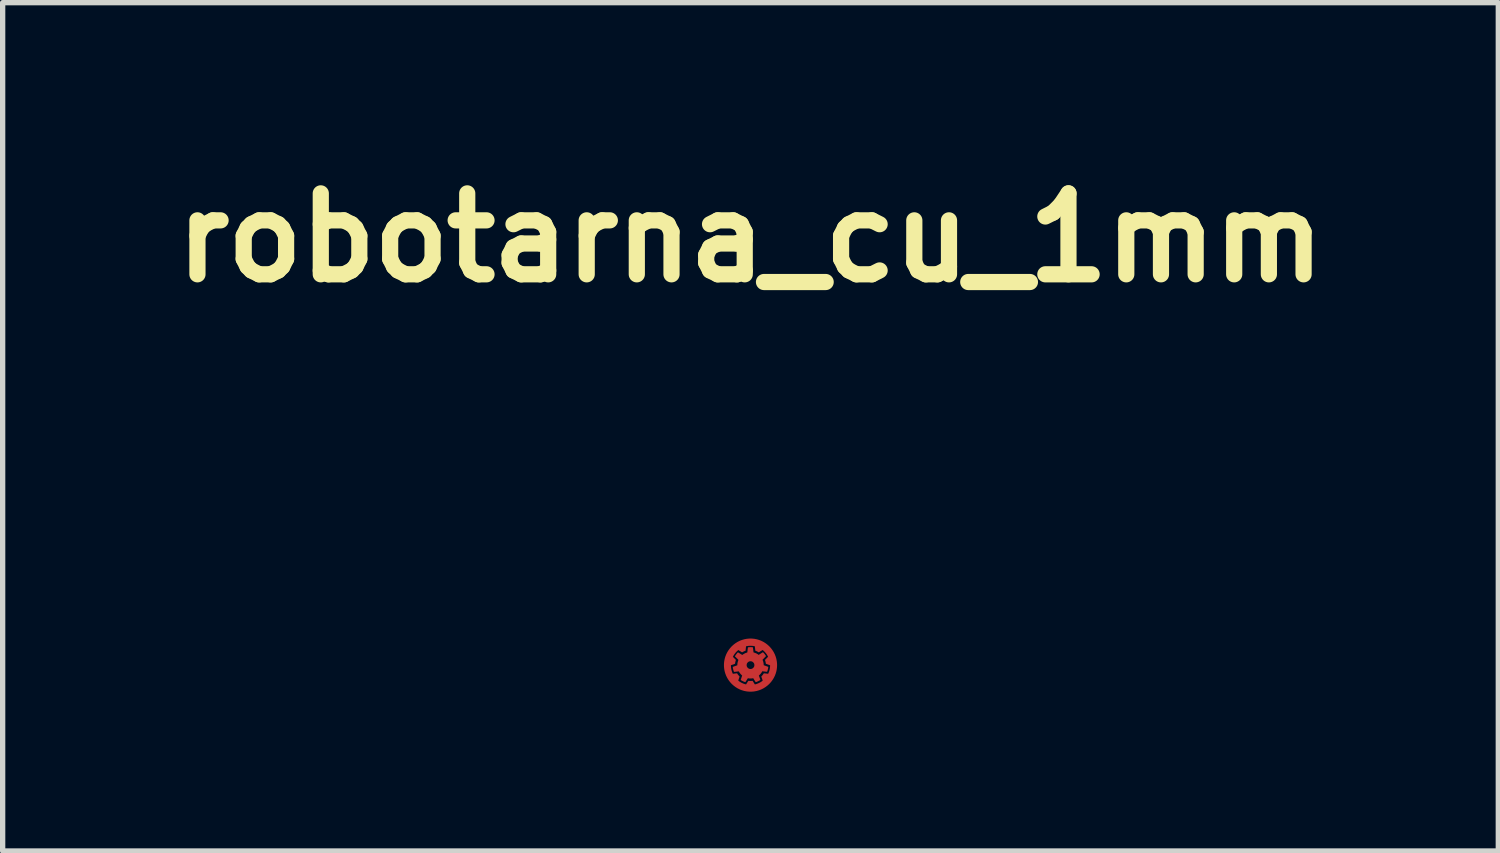
<source format=kicad_pcb>
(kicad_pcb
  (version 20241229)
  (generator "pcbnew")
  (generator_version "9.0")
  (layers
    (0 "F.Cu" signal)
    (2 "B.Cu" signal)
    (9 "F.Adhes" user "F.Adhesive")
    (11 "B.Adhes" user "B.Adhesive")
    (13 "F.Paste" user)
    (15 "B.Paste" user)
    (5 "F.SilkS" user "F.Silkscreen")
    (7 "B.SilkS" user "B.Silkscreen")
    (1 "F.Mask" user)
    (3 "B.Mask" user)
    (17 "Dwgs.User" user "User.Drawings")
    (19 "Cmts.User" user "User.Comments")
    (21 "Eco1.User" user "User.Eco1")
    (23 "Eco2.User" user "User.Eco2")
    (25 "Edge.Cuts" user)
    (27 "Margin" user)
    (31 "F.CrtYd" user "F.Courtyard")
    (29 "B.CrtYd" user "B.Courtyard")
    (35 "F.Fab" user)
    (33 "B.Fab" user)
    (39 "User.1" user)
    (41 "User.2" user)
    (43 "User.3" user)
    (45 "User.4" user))
  (footprint "robotarna_cu_1mm"
    (layer "F.Cu")
    (at 11.082 9.474)
    (property "Reference" "robotarna_cu_1mm" (at 0 -8.048 0) (layer "F.SilkS") (effects (font (size 1.524 1.524) (thickness 0.305))))
    (attr smd)
    (fp_poly (pts (xy -0.000001 0.073) (xy -0.331 0.061) (xy -0.33 0.067) (xy -0.328 0.072) (xy -0.327 0.077) (xy -0.326 0.082) (xy -0.325 0.088) (xy -0.323 0.093) (xy -0.322 0.098) (xy -0.32 0.103) (xy -0.318 0.108) (xy -0.317 0.113) (xy -0.315 0.118) (xy -0.313 0.123) (xy -0.311 0.128) (xy -0.22 0.118) (xy -0.218 0.122) (xy -0.215 0.127) (xy -0.213 0.132) (xy -0.21 0.136) (xy -0.207 0.141) (xy -0.204 0.145) (xy -0.201 0.15) (xy -0.197 0.154) (xy -0.194 0.158) (xy -0.191 0.162) (xy -0.187 0.166) (xy -0.184 0.17) (xy -0.18 0.174) (xy -0.176 0.178) (xy -0.173 0.182) (xy -0.169 0.185) (xy -0.165 0.189) (xy -0.161 0.193) (xy -0.157 0.196) (xy -0.185 0.28) (xy -0.181 0.283) (xy -0.176 0.286) (xy -0.171 0.288) (xy -0.167 0.291) (xy -0.162 0.294) (xy -0.157 0.296) (xy -0.152 0.299) (xy -0.148 0.301) (xy -0.143 0.303) (xy -0.138 0.306) (xy -0.133 0.308) (xy -0.128 0.31) (xy -0.123 0.312) (xy -0.118 0.314) (xy -0.113 0.316) (xy -0.107 0.318) (xy -0.102 0.319) (xy -0.097 0.321) (xy -0.05 0.247) (xy -0.045 0.248) (xy -0.039 0.249) (xy -0.034 0.249) (xy -0.028 0.25) (xy -0.023 0.251) (xy -0.017 0.251) (xy -0.012 0.251) (xy -0.006 0.252) (xy -0.000186 0.252) (xy 0.005 0.252) (xy 0.01 0.251) (xy 0.015 0.251) (xy 0.02 0.251) (xy 0.026 0.25) (xy 0.031 0.25) (xy 0.036 0.249) (xy 0.041 0.248) (xy 0.046 0.247) (xy 0.051 0.247) (xy 0.098 0.321) (xy 0.103 0.319) (xy 0.109 0.317) (xy 0.114 0.316) (xy 0.119 0.314) (xy 0.124 0.312) (xy 0.129 0.31) (xy 0.134 0.308) (xy 0.139 0.305) (xy 0.144 0.303) (xy 0.149 0.301) (xy 0.153 0.298) (xy 0.158 0.296) (xy 0.163 0.293) (xy 0.168 0.291) (xy 0.172 0.288) (xy 0.177 0.285) (xy 0.181 0.282) (xy 0.186 0.279) (xy 0.157 0.196) (xy 0.161 0.192) (xy 0.165 0.189) (xy 0.169 0.185) (xy 0.173 0.182) (xy 0.177 0.178) (xy 0.181 0.174) (xy 0.184 0.17) (xy 0.188 0.166) (xy 0.192 0.162) (xy 0.195 0.157) (xy 0.198 0.153) (xy 0.201 0.149) (xy 0.205 0.144) (xy 0.208 0.14) (xy 0.211 0.135) (xy 0.213 0.131) (xy 0.216 0.126) (xy 0.219 0.121) (xy 0.221 0.116) (xy 0.312 0.126) (xy 0.314 0.121) (xy 0.316 0.116) (xy 0.318 0.111) (xy 0.319 0.106) (xy 0.321 0.101) (xy 0.322 0.096) (xy 0.324 0.091) (xy 0.325 0.086) (xy 0.327 0.08) (xy 0.328 0.075) (xy 0.329 0.07) (xy 0.33 0.065) (xy 0.331 0.059) (xy 0.332 0.054) (xy 0.333 0.049) (xy 0.334 0.043) (xy 0.334 0.038) (xy 0.335 0.033) (xy 0.249 0.002) (xy 0.248 -0.004) (xy 0.248 -0.009) (xy 0.248 -0.015) (xy 0.247 -0.021) (xy 0.247 -0.026) (xy 0.246 -0.032) (xy 0.245 -0.038) (xy 0.244 -0.043) (xy 0.243 -0.049) (xy 0.242 -0.054) (xy 0.241 -0.059) (xy 0.239 -0.065) (xy 0.238 -0.07) (xy 0.236 -0.075) (xy 0.234 -0.081) (xy 0.232 -0.086) (xy 0.23 -0.091) (xy 0.228 -0.096) (xy 0.226 -0.101) (xy 0.292 -0.169) (xy 0.29 -0.173) (xy 0.287 -0.178) (xy 0.284 -0.183) (xy 0.281 -0.188) (xy 0.277 -0.192) (xy 0.274 -0.197) (xy 0.271 -0.201) (xy 0.268 -0.206) (xy 0.264 -0.21) (xy 0.261 -0.214) (xy 0.257 -0.219) (xy 0.254 -0.223) (xy 0.25 -0.227) (xy 0.246 -0.231) (xy 0.242 -0.235) (xy 0.238 -0.239) (xy 0.234 -0.243) (xy 0.153 -0.192) (xy 0.149 -0.195) (xy 0.145 -0.199) (xy 0.141 -0.202) (xy 0.136 -0.205) (xy 0.132 -0.208) (xy 0.127 -0.21) (xy 0.122 -0.213) (xy 0.118 -0.216) (xy 0.113 -0.218) (xy 0.108 -0.221) (xy 0.103 -0.223) (xy 0.098 -0.225) (xy 0.093 -0.227) (xy 0.088 -0.229) (xy 0.083 -0.231) (xy 0.078 -0.233) (xy 0.073 -0.234) (xy 0.067 -0.236) (xy 0.062 -0.237) (xy 0.057 -0.239) (xy 0.045 -0.335) (xy 0.04 -0.336) (xy 0.034 -0.336) (xy 0.029 -0.337) (xy 0.023 -0.337) (xy 0.017 -0.338) (xy 0.012 -0.338) (xy 0.006 -0.338) (xy 0.001 -0.338) (xy -0.005 -0.338) (xy -0.011 -0.338) (xy -0.016 -0.338) (xy -0.022 -0.337) (xy -0.027 -0.337) (xy -0.033 -0.336) (xy -0.038 -0.336) (xy -0.043 -0.335) (xy -0.049 -0.334) (xy -0.06 -0.238) (xy -0.065 -0.237) (xy -0.07 -0.235) (xy -0.075 -0.233) (xy -0.081 -0.232) (xy -0.086 -0.23) (xy -0.091 -0.228) (xy -0.096 -0.226) (xy -0.101 -0.224) (xy -0.106 -0.222) (xy -0.11 -0.219) (xy -0.115 -0.217) (xy -0.12 -0.214) (xy -0.125 -0.212) (xy -0.129 -0.209) (xy -0.134 -0.206) (xy -0.138 -0.203) (xy -0.142 -0.2) (xy -0.147 -0.197) (xy -0.151 -0.194) (xy -0.155 -0.191) (xy -0.237 -0.241) (xy -0.24 -0.237) (xy -0.244 -0.233) (xy -0.248 -0.229) (xy -0.252 -0.225) (xy -0.255 -0.22) (xy -0.259 -0.216) (xy -0.263 -0.212) (xy -0.266 -0.207) (xy -0.269 -0.203) (xy -0.273 -0.198) (xy -0.276 -0.194) (xy -0.279 -0.189) (xy -0.282 -0.185) (xy -0.285 -0.18) (xy -0.288 -0.175) (xy -0.291 -0.17) (xy -0.294 -0.165) (xy -0.227 -0.098) (xy -0.229 -0.093) (xy -0.231 -0.088) (xy -0.233 -0.083) (xy -0.235 -0.078) (xy -0.236 -0.073) (xy -0.238 -0.068) (xy -0.239 -0.063) (xy -0.241 -0.057) (xy -0.242 -0.052) (xy -0.243 -0.047) (xy -0.244 -0.041) (xy -0.245 -0.036) (xy -0.246 -0.031) (xy -0.247 -0.025) (xy -0.247 -0.02) (xy -0.248 -0.014) (xy -0.248 -0.008) (xy -0.248 -0.003) (xy -0.248 0.003) (xy -0.248 0.003) (xy -0.335 0.034) (xy -0.334 0.04) (xy -0.333 0.045) (xy -0.332 0.051) (xy -0.332 0.056) (xy -0.331 0.061) (xy -0.000001 0.073) (xy -0.005 0.073) (xy -0.01 0.072) (xy -0.015 0.071) (xy -0.02 0.07) (xy -0.025 0.069) (xy -0.03 0.067) (xy -0.034 0.065) (xy -0.038 0.062) (xy -0.042 0.059) (xy -0.046 0.056) (xy -0.05 0.053) (xy -0.053 0.05) (xy -0.056 0.046) (xy -0.059 0.042) (xy -0.062 0.038) (xy -0.065 0.034) (xy -0.067 0.03) (xy -0.069 0.025) (xy -0.07 0.02) (xy -0.071 0.015) (xy -0.072 0.01) (xy -0.073 0.005) (xy -0.073 0.000002) (xy -0.073 -0.005) (xy -0.072 -0.01) (xy -0.071 -0.015) (xy -0.07 -0.02) (xy -0.069 -0.025) (xy -0.067 -0.03) (xy -0.065 -0.034) (xy -0.062 -0.038) (xy -0.059 -0.042) (xy -0.056 -0.046) (xy -0.053 -0.05) (xy -0.05 -0.053) (xy -0.046 -0.056) (xy -0.042 -0.059) (xy -0.038 -0.062) (xy -0.034 -0.065) (xy -0.03 -0.067) (xy -0.025 -0.069) (xy -0.02 -0.07) (xy -0.015 -0.071) (xy -0.01 -0.072) (xy -0.005 -0.073) (xy -0.000001 -0.073) (xy 0.005 -0.073) (xy 0.01 -0.072) (xy 0.015 -0.071) (xy 0.02 -0.07) (xy 0.025 -0.069) (xy 0.03 -0.067) (xy 0.034 -0.065) (xy 0.038 -0.062) (xy 0.042 -0.059) (xy 0.046 -0.056) (xy 0.05 -0.053) (xy 0.053 -0.05) (xy 0.056 -0.046) (xy 0.059 -0.042) (xy 0.062 -0.038) (xy 0.065 -0.034) (xy 0.067 -0.03) (xy 0.069 -0.025) (xy 0.07 -0.02) (xy 0.071 -0.015) (xy 0.072 -0.01) (xy 0.073 -0.005) (xy 0.073 0.000002) (xy 0.073 0.005) (xy 0.072 0.01) (xy 0.071 0.015) (xy 0.07 0.02) (xy 0.069 0.025) (xy 0.067 0.03) (xy 0.065 0.034) (xy 0.062 0.038) (xy 0.059 0.042) (xy 0.056 0.046) (xy 0.053 0.05) (xy 0.05 0.053) (xy 0.046 0.056) (xy 0.042 0.059) (xy 0.038 0.062) (xy 0.034 0.065) (xy 0.03 0.067) (xy 0.025 0.069) (xy 0.02 0.07) (xy 0.015 0.071) (xy 0.01 0.072) (xy 0.005 0.073) (xy -0.000001 0.073)) (stroke (width 0) (type solid)) (fill yes) (layer "F.Cu"))
    (fp_poly (pts (xy 0.333 0.163) (xy 0.074 0.495) (xy 0.079 0.494) (xy 0.084 0.493) (xy 0.089 0.492) (xy 0.094 0.491) (xy 0.099 0.49) (xy 0.105 0.489) (xy 0.11 0.488) (xy 0.115 0.487) (xy 0.12 0.486) (xy 0.125 0.484) (xy 0.13 0.483) (xy 0.135 0.482) (xy 0.139 0.48) (xy 0.144 0.479) (xy 0.149 0.477) (xy 0.154 0.476) (xy 0.159 0.474) (xy 0.164 0.473) (xy 0.169 0.471) (xy 0.173 0.469) (xy 0.178 0.467) (xy 0.183 0.465) (xy 0.188 0.464) (xy 0.192 0.462) (xy 0.197 0.46) (xy 0.202 0.458) (xy 0.206 0.456) (xy 0.211 0.454) (xy 0.215 0.451) (xy 0.22 0.449) (xy 0.224 0.447) (xy 0.229 0.445) (xy 0.233 0.442) (xy 0.238 0.44) (xy 0.242 0.438) (xy 0.247 0.435) (xy 0.251 0.433) (xy 0.255 0.43) (xy 0.26 0.427) (xy 0.264 0.425) (xy 0.268 0.422) (xy 0.272 0.419) (xy 0.276 0.417) (xy 0.281 0.414) (xy 0.285 0.411) (xy 0.289 0.408) (xy 0.293 0.405) (xy 0.297 0.402) (xy 0.301 0.399) (xy 0.305 0.396) (xy 0.309 0.393) (xy 0.313 0.39) (xy 0.317 0.387) (xy 0.32 0.384) (xy 0.324 0.381) (xy 0.328 0.377) (xy 0.332 0.374) (xy 0.335 0.371) (xy 0.339 0.367) (xy 0.343 0.364) (xy 0.346 0.361) (xy 0.35 0.357) (xy 0.354 0.354) (xy 0.357 0.35) (xy 0.361 0.346) (xy 0.364 0.343) (xy 0.367 0.339) (xy 0.371 0.335) (xy 0.374 0.332) (xy 0.377 0.328) (xy 0.381 0.324) (xy 0.384 0.32) (xy 0.387 0.317) (xy 0.39 0.313) (xy 0.393 0.309) (xy 0.396 0.305) (xy 0.399 0.301) (xy 0.402 0.297) (xy 0.405 0.293) (xy 0.408 0.289) (xy 0.411 0.285) (xy 0.414 0.281) (xy 0.417 0.276) (xy 0.419 0.272) (xy 0.422 0.268) (xy 0.425 0.264) (xy 0.427 0.26) (xy 0.43 0.255) (xy 0.433 0.251) (xy 0.435 0.247) (xy 0.438 0.242) (xy 0.44 0.238) (xy 0.442 0.233) (xy 0.445 0.229) (xy 0.447 0.224) (xy 0.449 0.22) (xy 0.451 0.215) (xy 0.454 0.211) (xy 0.456 0.206) (xy 0.458 0.202) (xy 0.46 0.197) (xy 0.462 0.192) (xy 0.464 0.188) (xy 0.465 0.183) (xy 0.467 0.178) (xy 0.469 0.173) (xy 0.471 0.169) (xy 0.473 0.164) (xy 0.474 0.159) (xy 0.476 0.154) (xy 0.477 0.149) (xy 0.479 0.144) (xy 0.48 0.139) (xy 0.482 0.135) (xy 0.483 0.13) (xy 0.484 0.125) (xy 0.486 0.12) (xy 0.487 0.115) (xy 0.488 0.11) (xy 0.489 0.105) (xy 0.49 0.1) (xy 0.491 0.094) (xy 0.492 0.089) (xy 0.493 0.084) (xy 0.494 0.079) (xy 0.495 0.074) (xy 0.495 0.069) (xy 0.496 0.064) (xy 0.497 0.058) (xy 0.497 0.053) (xy 0.498 0.048) (xy 0.498 0.043) (xy 0.499 0.037) (xy 0.499 0.032) (xy 0.499 0.027) (xy 0.5 0.021) (xy 0.5 0.016) (xy 0.5 0.011) (xy 0.5 0.005) (xy 0.5 0.000001) (xy 0.5 -0.005) (xy 0.5 -0.011) (xy 0.5 -0.016) (xy 0.5 -0.021) (xy 0.499 -0.027) (xy 0.499 -0.032) (xy 0.499 -0.037) (xy 0.498 -0.043) (xy 0.498 -0.048) (xy 0.497 -0.053) (xy 0.497 -0.058) (xy 0.496 -0.064) (xy 0.495 -0.069) (xy 0.495 -0.074) (xy 0.494 -0.079) (xy 0.493 -0.084) (xy 0.492 -0.089) (xy 0.491 -0.094) (xy 0.49 -0.099) (xy 0.489 -0.105) (xy 0.488 -0.11) (xy 0.487 -0.115) (xy 0.486 -0.12) (xy 0.484 -0.125) (xy 0.483 -0.13) (xy 0.482 -0.135) (xy 0.48 -0.139) (xy 0.479 -0.144) (xy 0.477 -0.149) (xy 0.476 -0.154) (xy 0.474 -0.159) (xy 0.473 -0.164) (xy 0.471 -0.169) (xy 0.469 -0.173) (xy 0.467 -0.178) (xy 0.465 -0.183) (xy 0.464 -0.188) (xy 0.462 -0.192) (xy 0.46 -0.197) (xy 0.458 -0.202) (xy 0.456 -0.206) (xy 0.454 -0.211) (xy 0.451 -0.215) (xy 0.449 -0.22) (xy 0.447 -0.224) (xy 0.445 -0.229) (xy 0.442 -0.233) (xy 0.44 -0.238) (xy 0.438 -0.242) (xy 0.435 -0.247) (xy 0.433 -0.251) (xy 0.43 -0.255) (xy 0.427 -0.26) (xy 0.425 -0.264) (xy 0.422 -0.268) (xy 0.419 -0.272) (xy 0.417 -0.276) (xy 0.414 -0.281) (xy 0.411 -0.285) (xy 0.408 -0.289) (xy 0.405 -0.293) (xy 0.402 -0.297) (xy 0.399 -0.301) (xy 0.396 -0.305) (xy 0.393 -0.309) (xy 0.39 -0.313) (xy 0.387 -0.317) (xy 0.384 -0.32) (xy 0.381 -0.324) (xy 0.377 -0.328) (xy 0.374 -0.332) (xy 0.371 -0.335) (xy 0.367 -0.339) (xy 0.364 -0.343) (xy 0.361 -0.346) (xy 0.357 -0.35) (xy 0.354 -0.354) (xy 0.35 -0.357) (xy 0.346 -0.361) (xy 0.343 -0.364) (xy 0.339 -0.367) (xy 0.335 -0.371) (xy 0.332 -0.374) (xy 0.328 -0.377) (xy 0.324 -0.381) (xy 0.32 -0.384) (xy 0.317 -0.387) (xy 0.313 -0.39) (xy 0.309 -0.393) (xy 0.305 -0.396) (xy 0.301 -0.399) (xy 0.297 -0.402) (xy 0.293 -0.405) (xy 0.289 -0.408) (xy 0.285 -0.411) (xy 0.281 -0.414) (xy 0.276 -0.417) (xy 0.272 -0.419) (xy 0.268 -0.422) (xy 0.264 -0.425) (xy 0.26 -0.427) (xy 0.255 -0.43) (xy 0.251 -0.433) (xy 0.247 -0.435) (xy 0.242 -0.438) (xy 0.238 -0.44) (xy 0.233 -0.442) (xy 0.229 -0.445) (xy 0.224 -0.447) (xy 0.22 -0.449) (xy 0.215 -0.451) (xy 0.211 -0.454) (xy 0.206 -0.456) (xy 0.202 -0.458) (xy 0.197 -0.46) (xy 0.192 -0.462) (xy 0.188 -0.464) (xy 0.183 -0.465) (xy 0.178 -0.467) (xy 0.173 -0.469) (xy 0.169 -0.471) (xy 0.164 -0.473) (xy 0.159 -0.474) (xy 0.154 -0.476) (xy 0.149 -0.477) (xy 0.144 -0.479) (xy 0.139 -0.48) (xy 0.135 -0.482) (xy 0.13 -0.483) (xy 0.125 -0.484) (xy 0.12 -0.486) (xy 0.115 -0.487) (xy 0.11 -0.488) (xy 0.105 -0.489) (xy 0.099 -0.49) (xy 0.094 -0.491) (xy 0.089 -0.492) (xy 0.084 -0.493) (xy 0.079 -0.494) (xy 0.074 -0.495) (xy 0.069 -0.495) (xy 0.064 -0.496) (xy 0.058 -0.497) (xy 0.053 -0.497) (xy 0.048 -0.498) (xy 0.043 -0.498) (xy 0.037 -0.499) (xy 0.032 -0.499) (xy 0.027 -0.499) (xy 0.021 -0.5) (xy 0.016 -0.5) (xy 0.011 -0.5) (xy 0.005 -0.5) (xy -0.000001 -0.5) (xy -0.005 -0.5) (xy -0.011 -0.5) (xy -0.016 -0.5) (xy -0.021 -0.5) (xy -0.027 -0.499) (xy -0.032 -0.499) (xy -0.037 -0.499) (xy -0.043 -0.498) (xy -0.048 -0.498) (xy -0.053 -0.497) (xy -0.058 -0.497) (xy -0.064 -0.496) (xy -0.069 -0.495) (xy -0.074 -0.495) (xy -0.079 -0.494) (xy -0.084 -0.493) (xy -0.089 -0.492) (xy -0.094 -0.491) (xy -0.1 -0.49) (xy -0.105 -0.489) (xy -0.11 -0.488) (xy -0.115 -0.487) (xy -0.12 -0.486) (xy -0.125 -0.484) (xy -0.13 -0.483) (xy -0.135 -0.482) (xy -0.139 -0.48) (xy -0.144 -0.479) (xy -0.149 -0.477) (xy -0.154 -0.476) (xy -0.159 -0.474) (xy -0.164 -0.473) (xy -0.169 -0.471) (xy -0.173 -0.469) (xy -0.178 -0.467) (xy -0.183 -0.465) (xy -0.188 -0.464) (xy -0.192 -0.462) (xy -0.197 -0.46) (xy -0.202 -0.458) (xy -0.206 -0.456) (xy -0.211 -0.454) (xy -0.215 -0.451) (xy -0.22 -0.449) (xy -0.224 -0.447) (xy -0.229 -0.445) (xy -0.233 -0.442) (xy -0.238 -0.44) (xy -0.242 -0.438) (xy -0.247 -0.435) (xy -0.251 -0.433) (xy -0.255 -0.43) (xy -0.26 -0.427) (xy -0.264 -0.425) (xy -0.268 -0.422) (xy -0.272 -0.419) (xy -0.276 -0.417) (xy -0.281 -0.414) (xy -0.285 -0.411) (xy -0.289 -0.408) (xy -0.293 -0.405) (xy -0.297 -0.402) (xy -0.301 -0.399) (xy -0.305 -0.396) (xy -0.309 -0.393) (xy -0.313 -0.39) (xy -0.317 -0.387) (xy -0.32 -0.384) (xy -0.324 -0.381) (xy -0.328 -0.377) (xy -0.332 -0.374) (xy -0.335 -0.371) (xy -0.339 -0.367) (xy -0.343 -0.364) (xy -0.346 -0.361) (xy -0.35 -0.357) (xy -0.354 -0.354) (xy -0.357 -0.35) (xy -0.361 -0.346) (xy -0.364 -0.343) (xy -0.367 -0.339) (xy -0.371 -0.335) (xy -0.374 -0.332) (xy -0.377 -0.328) (xy -0.381 -0.324) (xy -0.384 -0.32) (xy -0.387 -0.317) (xy -0.39 -0.313) (xy -0.393 -0.309) (xy -0.396 -0.305) (xy -0.399 -0.301) (xy -0.402 -0.297) (xy -0.405 -0.293) (xy -0.408 -0.289) (xy -0.411 -0.285) (xy -0.414 -0.281) (xy -0.417 -0.276) (xy -0.419 -0.272) (xy -0.422 -0.268) (xy -0.425 -0.264) (xy -0.427 -0.26) (xy -0.43 -0.255) (xy -0.433 -0.251) (xy -0.435 -0.247) (xy -0.438 -0.242) (xy -0.44 -0.238) (xy -0.442 -0.233) (xy -0.445 -0.229) (xy -0.447 -0.224) (xy -0.449 -0.22) (xy -0.451 -0.215) (xy -0.454 -0.211) (xy -0.456 -0.206) (xy -0.458 -0.202) (xy -0.46 -0.197) (xy -0.462 -0.192) (xy -0.464 -0.188) (xy -0.465 -0.183) (xy -0.467 -0.178) (xy -0.469 -0.173) (xy -0.471 -0.169) (xy -0.473 -0.164) (xy -0.474 -0.159) (xy -0.476 -0.154) (xy -0.477 -0.149) (xy -0.479 -0.144) (xy -0.48 -0.139) (xy -0.482 -0.135) (xy -0.483 -0.13) (xy -0.484 -0.125) (xy -0.486 -0.12) (xy -0.487 -0.115) (xy -0.488 -0.11) (xy -0.489 -0.105) (xy -0.49 -0.099) (xy -0.491 -0.094) (xy -0.492 -0.089) (xy -0.493 -0.084) (xy -0.494 -0.079) (xy -0.495 -0.074) (xy -0.495 -0.069) (xy -0.496 -0.064) (xy -0.497 -0.058) (xy -0.497 -0.053) (xy -0.498 -0.048) (xy -0.498 -0.043) (xy -0.499 -0.037) (xy -0.499 -0.032) (xy -0.499 -0.027) (xy -0.5 -0.021) (xy -0.5 -0.016) (xy -0.5 -0.011) (xy -0.5 -0.005) (xy -0.5 0.000001) (xy -0.5 0.005) (xy -0.5 0.011) (xy -0.5 0.016) (xy -0.5 0.021) (xy -0.499 0.027) (xy -0.499 0.032) (xy -0.499 0.037) (xy -0.498 0.043) (xy -0.498 0.048) (xy -0.497 0.053) (xy -0.497 0.058) (xy -0.496 0.064) (xy -0.495 0.069) (xy -0.495 0.074) (xy -0.494 0.079) (xy -0.493 0.084) (xy -0.492 0.089) (xy -0.491 0.094) (xy -0.49 0.1) (xy -0.489 0.105) (xy -0.488 0.11) (xy -0.487 0.115) (xy -0.486 0.12) (xy -0.484 0.125) (xy -0.483 0.13) (xy -0.482 0.135) (xy -0.48 0.139) (xy -0.479 0.144) (xy -0.477 0.149) (xy -0.476 0.154) (xy -0.474 0.159) (xy -0.473 0.164) (xy -0.471 0.169) (xy -0.469 0.173) (xy -0.467 0.178) (xy -0.465 0.183) (xy -0.464 0.188) (xy -0.462 0.192) (xy -0.46 0.197) (xy -0.458 0.202) (xy -0.456 0.206) (xy -0.454 0.211) (xy -0.451 0.215) (xy -0.449 0.22) (xy -0.447 0.224) (xy -0.445 0.229) (xy -0.442 0.233) (xy -0.44 0.238) (xy -0.438 0.242) (xy -0.435 0.247) (xy -0.433 0.251) (xy -0.43 0.255) (xy -0.427 0.26) (xy -0.425 0.264) (xy -0.422 0.268) (xy -0.419 0.272) (xy -0.417 0.276) (xy -0.414 0.281) (xy -0.411 0.285) (xy -0.408 0.289) (xy -0.405 0.293) (xy -0.402 0.297) (xy -0.399 0.301) (xy -0.396 0.305) (xy -0.393 0.309) (xy -0.39 0.313) (xy -0.387 0.317) (xy -0.384 0.32) (xy -0.381 0.324) (xy -0.377 0.328) (xy -0.374 0.332) (xy -0.371 0.335) (xy -0.367 0.339) (xy -0.364 0.343) (xy -0.361 0.346) (xy -0.357 0.35) (xy -0.354 0.354) (xy -0.35 0.357) (xy -0.346 0.361) (xy -0.343 0.364) (xy -0.339 0.367) (xy -0.335 0.371) (xy -0.332 0.374) (xy -0.328 0.377) (xy -0.324 0.381) (xy -0.32 0.384) (xy -0.317 0.387) (xy -0.313 0.39) (xy -0.309 0.393) (xy -0.305 0.396) (xy -0.301 0.399) (xy -0.297 0.402) (xy -0.293 0.405) (xy -0.289 0.408) (xy -0.285 0.411) (xy -0.281 0.414) (xy -0.276 0.417) (xy -0.272 0.419) (xy -0.268 0.422) (xy -0.264 0.425) (xy -0.26 0.427) (xy -0.255 0.43) (xy -0.251 0.433) (xy -0.247 0.435) (xy -0.242 0.438) (xy -0.238 0.44) (xy -0.233 0.442) (xy -0.229 0.445) (xy -0.224 0.447) (xy -0.22 0.449) (xy -0.215 0.451) (xy -0.211 0.454) (xy -0.206 0.456) (xy -0.202 0.458) (xy -0.197 0.46) (xy -0.192 0.462) (xy -0.188 0.464) (xy -0.183 0.465) (xy -0.178 0.467) (xy -0.173 0.469) (xy -0.169 0.471) (xy -0.164 0.473) (xy -0.159 0.474) (xy -0.154 0.476) (xy -0.149 0.477) (xy -0.144 0.479) (xy -0.139 0.48) (xy -0.135 0.482) (xy -0.13 0.483) (xy -0.125 0.484) (xy -0.12 0.486) (xy -0.115 0.487) (xy -0.11 0.488) (xy -0.105 0.489) (xy -0.1 0.49) (xy -0.094 0.491) (xy -0.089 0.492) (xy -0.084 0.493) (xy -0.079 0.494) (xy -0.074 0.495) (xy -0.069 0.495) (xy -0.064 0.496) (xy -0.058 0.497) (xy -0.053 0.497) (xy -0.048 0.498) (xy -0.043 0.498) (xy -0.037 0.499) (xy -0.032 0.499) (xy -0.027 0.499) (xy -0.021 0.5) (xy -0.016 0.5) (xy -0.011 0.5) (xy -0.005 0.5) (xy -0.000001 0.5) (xy 0.005 0.5) (xy 0.011 0.5) (xy 0.016 0.5) (xy 0.021 0.5) (xy 0.027 0.499) (xy 0.032 0.499) (xy 0.037 0.499) (xy 0.043 0.498) (xy 0.048 0.498) (xy 0.053 0.497) (xy 0.058 0.497) (xy 0.064 0.496) (xy 0.069 0.495) (xy 0.074 0.495) (xy 0.333 0.163) (xy 0.251 0.154) (xy 0.248 0.159) (xy 0.245 0.163) (xy 0.242 0.168) (xy 0.239 0.173) (xy 0.235 0.177) (xy 0.232 0.182) (xy 0.229 0.186) (xy 0.225 0.19) (xy 0.222 0.195) (xy 0.218 0.199) (xy 0.214 0.203) (xy 0.211 0.207) (xy 0.207 0.211) (xy 0.203 0.215) (xy 0.23 0.293) (xy 0.225 0.296) (xy 0.221 0.299) (xy 0.217 0.303) (xy 0.212 0.306) (xy 0.208 0.309) (xy 0.203 0.312) (xy 0.199 0.315) (xy 0.194 0.318) (xy 0.189 0.321) (xy 0.185 0.324) (xy 0.18 0.326) (xy 0.175 0.329) (xy 0.17 0.332) (xy 0.165 0.334) (xy 0.16 0.336) (xy 0.156 0.339) (xy 0.151 0.341) (xy 0.145 0.343) (xy 0.14 0.345) (xy 0.135 0.348) (xy 0.13 0.35) (xy 0.125 0.351) (xy 0.12 0.353) (xy 0.114 0.355) (xy 0.109 0.357) (xy 0.104 0.358) (xy 0.098 0.36) (xy 0.093 0.361) (xy 0.088 0.363) (xy 0.082 0.364) (xy 0.039 0.295) (xy 0.034 0.296) (xy 0.029 0.297) (xy 0.024 0.297) (xy 0.019 0.297) (xy 0.014 0.298) (xy 0.009 0.298) (xy 0.004 0.298) (xy -0.001 0.298) (xy -0.006 0.298) (xy -0.011 0.298) (xy -0.016 0.298) (xy -0.021 0.297) (xy -0.026 0.297) (xy -0.031 0.297) (xy -0.036 0.296) (xy -0.041 0.295) (xy -0.084 0.364) (xy -0.089 0.362) (xy -0.095 0.361) (xy -0.1 0.359) (xy -0.106 0.358) (xy -0.111 0.356) (xy -0.116 0.354) (xy -0.122 0.353) (xy -0.127 0.351) (xy -0.132 0.349) (xy -0.137 0.347) (xy -0.142 0.345) (xy -0.147 0.343) (xy -0.152 0.34) (xy -0.157 0.338) (xy -0.162 0.336) (xy -0.167 0.333) (xy -0.172 0.331) (xy -0.177 0.328) (xy -0.182 0.325) (xy -0.186 0.323) (xy -0.191 0.32) (xy -0.196 0.317) (xy -0.2 0.314) (xy -0.205 0.311) (xy -0.209 0.308) (xy -0.214 0.305) (xy -0.218 0.301) (xy -0.223 0.298) (xy -0.227 0.295) (xy -0.231 0.291) (xy -0.205 0.215) (xy -0.209 0.211) (xy -0.213 0.207) (xy -0.217 0.203) (xy -0.22 0.199) (xy -0.224 0.195) (xy -0.227 0.19) (xy -0.231 0.186) (xy -0.234 0.182) (xy -0.238 0.177) (xy -0.241 0.173) (xy -0.244 0.168) (xy -0.247 0.163) (xy -0.25 0.159) (xy -0.253 0.154) (xy -0.333 0.163) (xy -0.335 0.158) (xy -0.337 0.153) (xy -0.34 0.148) (xy -0.342 0.143) (xy -0.344 0.138) (xy -0.345 0.133) (xy -0.347 0.128) (xy -0.349 0.123) (xy -0.351 0.118) (xy -0.352 0.113) (xy -0.354 0.108) (xy -0.355 0.103) (xy -0.357 0.097) (xy -0.358 0.092) (xy -0.359 0.087) (xy -0.361 0.082) (xy -0.362 0.076) (xy -0.363 0.071) (xy -0.364 0.065) (xy -0.364 0.06) (xy -0.365 0.055) (xy -0.366 0.049) (xy -0.367 0.044) (xy -0.367 0.038) (xy -0.368 0.033) (xy -0.368 0.027) (xy -0.368 0.021) (xy -0.368 0.016) (xy -0.369 0.01) (xy -0.369 0.005) (xy -0.369 0.002) (xy -0.291 -0.025) (xy -0.291 -0.031) (xy -0.29 -0.036) (xy -0.289 -0.041) (xy -0.288 -0.047) (xy -0.287 -0.052) (xy -0.286 -0.057) (xy -0.285 -0.062) (xy -0.284 -0.067) (xy -0.282 -0.073) (xy -0.281 -0.078) (xy -0.279 -0.083) (xy -0.278 -0.088) (xy -0.276 -0.093) (xy -0.274 -0.097) (xy -0.332 -0.156) (xy -0.329 -0.161) (xy -0.327 -0.166) (xy -0.324 -0.171) (xy -0.322 -0.176) (xy -0.319 -0.18) (xy -0.316 -0.185) (xy -0.313 -0.19) (xy -0.31 -0.195) (xy -0.307 -0.199) (xy -0.304 -0.204) (xy -0.301 -0.208) (xy -0.298 -0.213) (xy -0.294 -0.217) (xy -0.291 -0.222) (xy -0.287 -0.226) (xy -0.284 -0.23) (xy -0.28 -0.235) (xy -0.277 -0.239) (xy -0.273 -0.243) (xy -0.269 -0.247) (xy -0.265 -0.251) (xy -0.262 -0.255) (xy -0.258 -0.259) (xy -0.254 -0.263) (xy -0.25 -0.266) (xy -0.246 -0.27) (xy -0.241 -0.274) (xy -0.237 -0.277) (xy -0.233 -0.281) (xy -0.229 -0.284) (xy -0.158 -0.24) (xy -0.153 -0.243) (xy -0.148 -0.246) (xy -0.144 -0.249) (xy -0.139 -0.251) (xy -0.134 -0.254) (xy -0.129 -0.256) (xy -0.124 -0.259) (xy -0.119 -0.261) (xy -0.114 -0.263) (xy -0.109 -0.265) (xy -0.104 -0.267) (xy -0.099 -0.269) (xy -0.093 -0.271) (xy -0.084 -0.354) (xy -0.078 -0.356) (xy -0.073 -0.357) (xy -0.067 -0.358) (xy -0.062 -0.359) (xy -0.056 -0.36) (xy -0.051 -0.36) (xy -0.045 -0.361) (xy -0.04 -0.362) (xy -0.034 -0.362) (xy -0.028 -0.363) (xy -0.023 -0.363) (xy -0.017 -0.364) (xy -0.011 -0.364) (xy -0.006 -0.364) (xy -0.000001 -0.364) (xy 0.006 -0.364) (xy 0.011 -0.364) (xy 0.017 -0.364) (xy 0.022 -0.363) (xy 0.028 -0.363) (xy 0.033 -0.362) (xy 0.039 -0.362) (xy 0.044 -0.361) (xy 0.049 -0.361) (xy 0.055 -0.36) (xy 0.06 -0.359) (xy 0.066 -0.358) (xy 0.071 -0.357) (xy 0.076 -0.356) (xy 0.081 -0.355) (xy 0.091 -0.271) (xy 0.096 -0.269) (xy 0.102 -0.267) (xy 0.107 -0.265) (xy 0.112 -0.263) (xy 0.117 -0.261) (xy 0.122 -0.259) (xy 0.127 -0.256) (xy 0.132 -0.254) (xy 0.137 -0.251) (xy 0.141 -0.249) (xy 0.146 -0.246) (xy 0.151 -0.243) (xy 0.155 -0.24) (xy 0.228 -0.285) (xy 0.232 -0.282) (xy 0.236 -0.278) (xy 0.241 -0.275) (xy 0.245 -0.271) (xy 0.249 -0.267) (xy 0.253 -0.264) (xy 0.257 -0.26) (xy 0.261 -0.256) (xy 0.265 -0.252) (xy 0.268 -0.248) (xy 0.272 -0.244) (xy 0.276 -0.24) (xy 0.279 -0.236) (xy 0.283 -0.231) (xy 0.287 -0.227) (xy 0.29 -0.223) (xy 0.293 -0.219) (xy 0.297 -0.214) (xy 0.3 -0.21) (xy 0.303 -0.205) (xy 0.306 -0.201) (xy 0.309 -0.196) (xy 0.312 -0.191) (xy 0.315 -0.187) (xy 0.318 -0.182) (xy 0.321 -0.177) (xy 0.323 -0.172) (xy 0.326 -0.167) (xy 0.329 -0.162) (xy 0.331 -0.157) (xy 0.272 -0.097) (xy 0.274 -0.093) (xy 0.275 -0.088) (xy 0.277 -0.083) (xy 0.279 -0.078) (xy 0.28 -0.073) (xy 0.281 -0.067) (xy 0.283 -0.062) (xy 0.284 -0.057) (xy 0.285 -0.052) (xy 0.286 -0.047) (xy 0.287 -0.041) (xy 0.288 -0.036) (xy 0.289 -0.031) (xy 0.289 -0.025) (xy 0.369 0.003) (xy 0.369 0.005) (xy 0.369 0.01) (xy 0.368 0.016) (xy 0.368 0.021) (xy 0.368 0.027) (xy 0.368 0.033) (xy 0.367 0.038) (xy 0.366 0.044) (xy 0.366 0.049) (xy 0.365 0.055) (xy 0.364 0.06) (xy 0.364 0.066) (xy 0.363 0.071) (xy 0.362 0.076) (xy 0.36 0.082) (xy 0.359 0.087) (xy 0.358 0.092) (xy 0.357 0.098) (xy 0.355 0.103) (xy 0.354 0.108) (xy 0.352 0.113) (xy 0.351 0.118) (xy 0.349 0.123) (xy 0.347 0.128) (xy 0.345 0.133) (xy 0.343 0.138) (xy 0.342 0.143) (xy 0.339 0.148) (xy 0.337 0.153) (xy 0.335 0.158) (xy 0.333 0.163)) (stroke (width 0) (type solid)) (fill yes) (layer "F.Cu")))
  (gr_rect
    (start -3 -3)
    (end 25.163 12.974)
    (stroke (width 0.1) (type default))
    (fill no)
    (layer "Edge.Cuts")))
</source>
